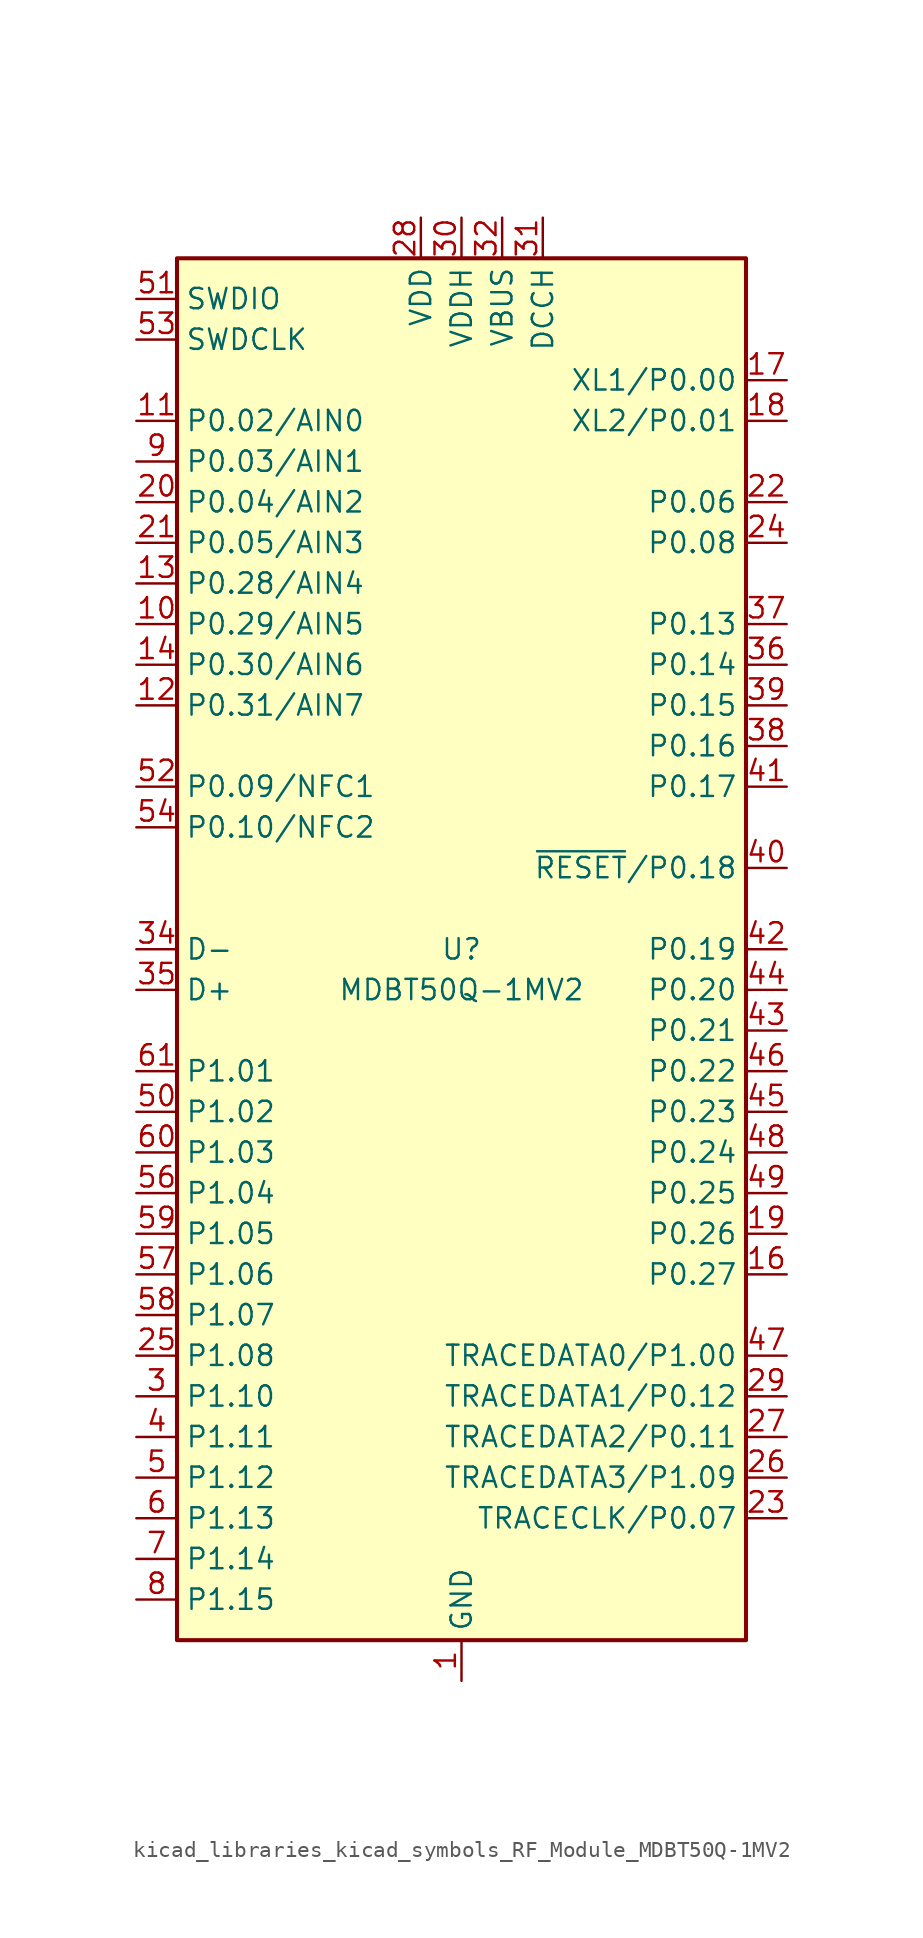
<source format=kicad_sym>
(kicad_symbol_lib
  (version 20220914)
  (generator kicad_symbol_editor)
  (symbol "kicad_libraries_kicad_symbols_RF_Module_MDBT50Q-1MV2"
    (property "Reference" "U"
      (at 0 0 0)
      (effects (font (size 1.27 1.27))))
    (property "Value" "MDBT50Q-1MV2"
      (at 0 -2.54 0)
      (effects (font (size 1.27 1.27))))
    (symbol "kicad_libraries_kicad_symbols_RF_Module_MDBT50Q-1MV2_0_1"
      (rectangle (start -17.78 43.18) (end 17.78 -43.18) (stroke (width 0.254) (type default)) (fill (type background))))
    (symbol "kicad_libraries_kicad_symbols_RF_Module_MDBT50Q-1MV2_1_1"
      (pin power_in line (at 0 -45.72 90) (length 2.54) (name "GND" (effects (font (size 1.27 1.27)))) (number "1" (effects (font (size 1.27 1.27)))))
      (pin bidirectional line (at -20.32 20.32 0) (length 2.54) (name "P0.29/AIN5" (effects (font (size 1.27 1.27)))) (number "10" (effects (font (size 1.27 1.27)))))
      (pin bidirectional line (at -20.32 33.02 0) (length 2.54) (name "P0.02/AIN0" (effects (font (size 1.27 1.27)))) (number "11" (effects (font (size 1.27 1.27)))))
      (pin bidirectional line (at -20.32 15.24 0) (length 2.54) (name "P0.31/AIN7" (effects (font (size 1.27 1.27)))) (number "12" (effects (font (size 1.27 1.27)))))
      (pin bidirectional line (at -20.32 22.86 0) (length 2.54) (name "P0.28/AIN4" (effects (font (size 1.27 1.27)))) (number "13" (effects (font (size 1.27 1.27)))))
      (pin bidirectional line (at -20.32 17.78 0) (length 2.54) (name "P0.30/AIN6" (effects (font (size 1.27 1.27)))) (number "14" (effects (font (size 1.27 1.27)))))
      (pin passive line (at 0 -45.72 90) (length 2.54) hide (name "GND" (effects (font (size 1.27 1.27)))) (number "15" (effects (font (size 1.27 1.27)))))
      (pin bidirectional line (at 20.32 -20.32 180) (length 2.54) (name "P0.27" (effects (font (size 1.27 1.27)))) (number "16" (effects (font (size 1.27 1.27)))))
      (pin bidirectional line (at 20.32 35.56 180) (length 2.54) (name "XL1/P0.00" (effects (font (size 1.27 1.27)))) (number "17" (effects (font (size 1.27 1.27)))))
      (pin bidirectional line (at 20.32 33.02 180) (length 2.54) (name "XL2/P0.01" (effects (font (size 1.27 1.27)))) (number "18" (effects (font (size 1.27 1.27)))))
      (pin bidirectional line (at 20.32 -17.78 180) (length 2.54) (name "P0.26" (effects (font (size 1.27 1.27)))) (number "19" (effects (font (size 1.27 1.27)))))
      (pin passive line (at 0 -45.72 90) (length 2.54) hide (name "GND" (effects (font (size 1.27 1.27)))) (number "2" (effects (font (size 1.27 1.27)))))
      (pin bidirectional line (at -20.32 27.94 0) (length 2.54) (name "P0.04/AIN2" (effects (font (size 1.27 1.27)))) (number "20" (effects (font (size 1.27 1.27)))))
      (pin bidirectional line (at -20.32 25.4 0) (length 2.54) (name "P0.05/AIN3" (effects (font (size 1.27 1.27)))) (number "21" (effects (font (size 1.27 1.27)))))
      (pin bidirectional line (at 20.32 27.94 180) (length 2.54) (name "P0.06" (effects (font (size 1.27 1.27)))) (number "22" (effects (font (size 1.27 1.27)))))
      (pin bidirectional line (at 20.32 -35.56 180) (length 2.54) (name "TRACECLK/P0.07" (effects (font (size 1.27 1.27)))) (number "23" (effects (font (size 1.27 1.27)))))
      (pin bidirectional line (at 20.32 25.4 180) (length 2.54) (name "P0.08" (effects (font (size 1.27 1.27)))) (number "24" (effects (font (size 1.27 1.27)))))
      (pin bidirectional line (at -20.32 -25.4 0) (length 2.54) (name "P1.08" (effects (font (size 1.27 1.27)))) (number "25" (effects (font (size 1.27 1.27)))))
      (pin bidirectional line (at 20.32 -33.02 180) (length 2.54) (name "TRACEDATA3/P1.09" (effects (font (size 1.27 1.27)))) (number "26" (effects (font (size 1.27 1.27)))))
      (pin bidirectional line (at 20.32 -30.48 180) (length 2.54) (name "TRACEDATA2/P0.11" (effects (font (size 1.27 1.27)))) (number "27" (effects (font (size 1.27 1.27)))))
      (pin power_in line (at -2.54 45.72 270) (length 2.54) (name "VDD" (effects (font (size 1.27 1.27)))) (number "28" (effects (font (size 1.27 1.27)))))
      (pin bidirectional line (at 20.32 -27.94 180) (length 2.54) (name "TRACEDATA1/P0.12" (effects (font (size 1.27 1.27)))) (number "29" (effects (font (size 1.27 1.27)))))
      (pin bidirectional line (at -20.32 -27.94 0) (length 2.54) (name "P1.10" (effects (font (size 1.27 1.27)))) (number "3" (effects (font (size 1.27 1.27)))))
      (pin power_in line (at 0 45.72 270) (length 2.54) (name "VDDH" (effects (font (size 1.27 1.27)))) (number "30" (effects (font (size 1.27 1.27)))))
      (pin power_out line (at 5.08 45.72 270) (length 2.54) (name "DCCH" (effects (font (size 1.27 1.27)))) (number "31" (effects (font (size 1.27 1.27)))))
      (pin power_in line (at 2.54 45.72 270) (length 2.54) (name "VBUS" (effects (font (size 1.27 1.27)))) (number "32" (effects (font (size 1.27 1.27)))))
      (pin passive line (at 0 -45.72 90) (length 2.54) hide (name "GND" (effects (font (size 1.27 1.27)))) (number "33" (effects (font (size 1.27 1.27)))))
      (pin bidirectional line (at -20.32 0 0) (length 2.54) (name "D-" (effects (font (size 1.27 1.27)))) (number "34" (effects (font (size 1.27 1.27)))))
      (pin bidirectional line (at -20.32 -2.54 0) (length 2.54) (name "D+" (effects (font (size 1.27 1.27)))) (number "35" (effects (font (size 1.27 1.27)))))
      (pin bidirectional line (at 20.32 17.78 180) (length 2.54) (name "P0.14" (effects (font (size 1.27 1.27)))) (number "36" (effects (font (size 1.27 1.27)))))
      (pin bidirectional line (at 20.32 20.32 180) (length 2.54) (name "P0.13" (effects (font (size 1.27 1.27)))) (number "37" (effects (font (size 1.27 1.27)))))
      (pin bidirectional line (at 20.32 12.7 180) (length 2.54) (name "P0.16" (effects (font (size 1.27 1.27)))) (number "38" (effects (font (size 1.27 1.27)))))
      (pin bidirectional line (at 20.32 15.24 180) (length 2.54) (name "P0.15" (effects (font (size 1.27 1.27)))) (number "39" (effects (font (size 1.27 1.27)))))
      (pin bidirectional line (at -20.32 -30.48 0) (length 2.54) (name "P1.11" (effects (font (size 1.27 1.27)))) (number "4" (effects (font (size 1.27 1.27)))))
      (pin bidirectional line (at 20.32 5.08 180) (length 2.54) (name "~{RESET}/P0.18" (effects (font (size 1.27 1.27)))) (number "40" (effects (font (size 1.27 1.27)))))
      (pin bidirectional line (at 20.32 10.16 180) (length 2.54) (name "P0.17" (effects (font (size 1.27 1.27)))) (number "41" (effects (font (size 1.27 1.27)))))
      (pin bidirectional line (at 20.32 0 180) (length 2.54) (name "P0.19" (effects (font (size 1.27 1.27)))) (number "42" (effects (font (size 1.27 1.27)))))
      (pin bidirectional line (at 20.32 -5.08 180) (length 2.54) (name "P0.21" (effects (font (size 1.27 1.27)))) (number "43" (effects (font (size 1.27 1.27)))))
      (pin bidirectional line (at 20.32 -2.54 180) (length 2.54) (name "P0.20" (effects (font (size 1.27 1.27)))) (number "44" (effects (font (size 1.27 1.27)))))
      (pin bidirectional line (at 20.32 -10.16 180) (length 2.54) (name "P0.23" (effects (font (size 1.27 1.27)))) (number "45" (effects (font (size 1.27 1.27)))))
      (pin bidirectional line (at 20.32 -7.62 180) (length 2.54) (name "P0.22" (effects (font (size 1.27 1.27)))) (number "46" (effects (font (size 1.27 1.27)))))
      (pin bidirectional line (at 20.32 -25.4 180) (length 2.54) (name "TRACEDATA0/P1.00" (effects (font (size 1.27 1.27)))) (number "47" (effects (font (size 1.27 1.27)))))
      (pin bidirectional line (at 20.32 -12.7 180) (length 2.54) (name "P0.24" (effects (font (size 1.27 1.27)))) (number "48" (effects (font (size 1.27 1.27)))))
      (pin bidirectional line (at 20.32 -15.24 180) (length 2.54) (name "P0.25" (effects (font (size 1.27 1.27)))) (number "49" (effects (font (size 1.27 1.27)))))
      (pin bidirectional line (at -20.32 -33.02 0) (length 2.54) (name "P1.12" (effects (font (size 1.27 1.27)))) (number "5" (effects (font (size 1.27 1.27)))))
      (pin bidirectional line (at -20.32 -10.16 0) (length 2.54) (name "P1.02" (effects (font (size 1.27 1.27)))) (number "50" (effects (font (size 1.27 1.27)))))
      (pin bidirectional line (at -20.32 40.64 0) (length 2.54) (name "SWDIO" (effects (font (size 1.27 1.27)))) (number "51" (effects (font (size 1.27 1.27)))))
      (pin bidirectional line (at -20.32 10.16 0) (length 2.54) (name "P0.09/NFC1" (effects (font (size 1.27 1.27)))) (number "52" (effects (font (size 1.27 1.27)))))
      (pin input line (at -20.32 38.1 0) (length 2.54) (name "SWDCLK" (effects (font (size 1.27 1.27)))) (number "53" (effects (font (size 1.27 1.27)))))
      (pin bidirectional line (at -20.32 7.62 0) (length 2.54) (name "P0.10/NFC2" (effects (font (size 1.27 1.27)))) (number "54" (effects (font (size 1.27 1.27)))))
      (pin passive line (at 0 -45.72 90) (length 2.54) hide (name "GND" (effects (font (size 1.27 1.27)))) (number "55" (effects (font (size 1.27 1.27)))))
      (pin bidirectional line (at -20.32 -15.24 0) (length 2.54) (name "P1.04" (effects (font (size 1.27 1.27)))) (number "56" (effects (font (size 1.27 1.27)))))
      (pin bidirectional line (at -20.32 -20.32 0) (length 2.54) (name "P1.06" (effects (font (size 1.27 1.27)))) (number "57" (effects (font (size 1.27 1.27)))))
      (pin bidirectional line (at -20.32 -22.86 0) (length 2.54) (name "P1.07" (effects (font (size 1.27 1.27)))) (number "58" (effects (font (size 1.27 1.27)))))
      (pin bidirectional line (at -20.32 -17.78 0) (length 2.54) (name "P1.05" (effects (font (size 1.27 1.27)))) (number "59" (effects (font (size 1.27 1.27)))))
      (pin bidirectional line (at -20.32 -35.56 0) (length 2.54) (name "P1.13" (effects (font (size 1.27 1.27)))) (number "6" (effects (font (size 1.27 1.27)))))
      (pin bidirectional line (at -20.32 -12.7 0) (length 2.54) (name "P1.03" (effects (font (size 1.27 1.27)))) (number "60" (effects (font (size 1.27 1.27)))))
      (pin bidirectional line (at -20.32 -7.62 0) (length 2.54) (name "P1.01" (effects (font (size 1.27 1.27)))) (number "61" (effects (font (size 1.27 1.27)))))
      (pin bidirectional line (at -20.32 -38.1 0) (length 2.54) (name "P1.14" (effects (font (size 1.27 1.27)))) (number "7" (effects (font (size 1.27 1.27)))))
      (pin bidirectional line (at -20.32 -40.64 0) (length 2.54) (name "P1.15" (effects (font (size 1.27 1.27)))) (number "8" (effects (font (size 1.27 1.27)))))
      (pin bidirectional line (at -20.32 30.48 0) (length 2.54) (name "P0.03/AIN1" (effects (font (size 1.27 1.27)))) (number "9" (effects (font (size 1.27 1.27))))))))
</source>
